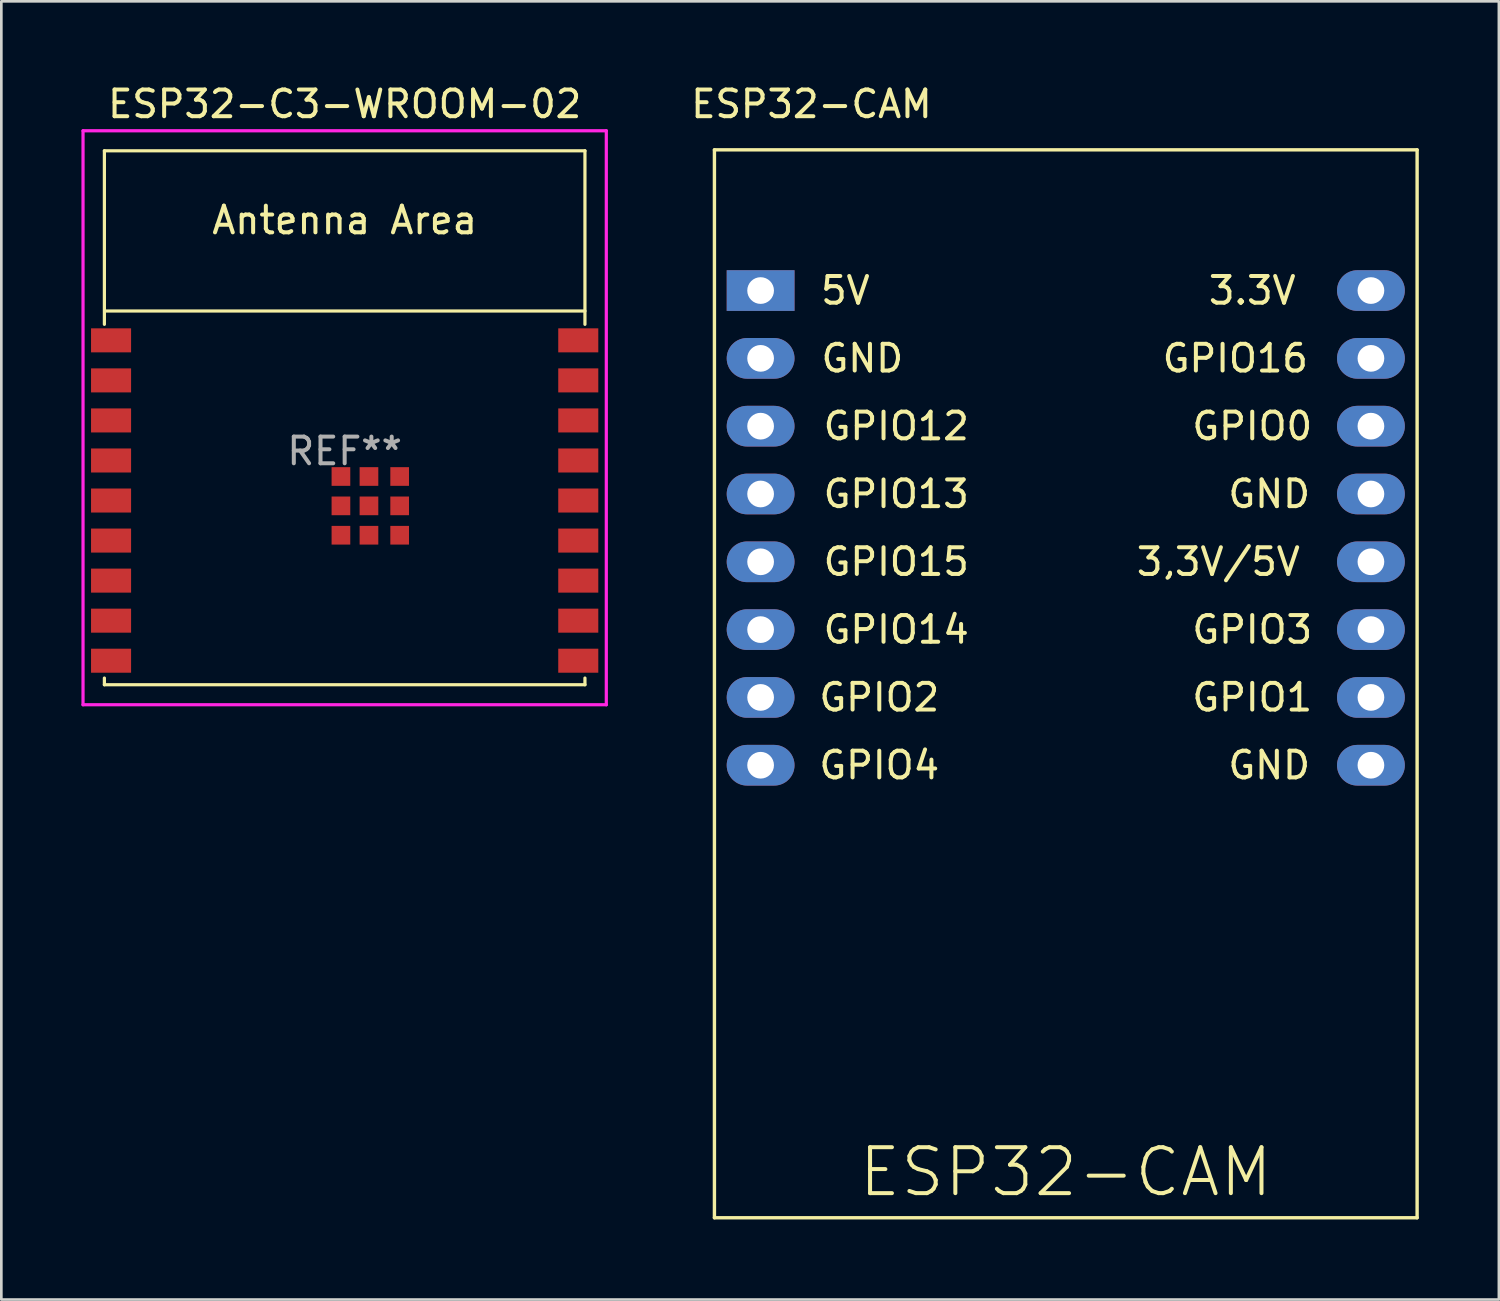
<source format=kicad_pcb>
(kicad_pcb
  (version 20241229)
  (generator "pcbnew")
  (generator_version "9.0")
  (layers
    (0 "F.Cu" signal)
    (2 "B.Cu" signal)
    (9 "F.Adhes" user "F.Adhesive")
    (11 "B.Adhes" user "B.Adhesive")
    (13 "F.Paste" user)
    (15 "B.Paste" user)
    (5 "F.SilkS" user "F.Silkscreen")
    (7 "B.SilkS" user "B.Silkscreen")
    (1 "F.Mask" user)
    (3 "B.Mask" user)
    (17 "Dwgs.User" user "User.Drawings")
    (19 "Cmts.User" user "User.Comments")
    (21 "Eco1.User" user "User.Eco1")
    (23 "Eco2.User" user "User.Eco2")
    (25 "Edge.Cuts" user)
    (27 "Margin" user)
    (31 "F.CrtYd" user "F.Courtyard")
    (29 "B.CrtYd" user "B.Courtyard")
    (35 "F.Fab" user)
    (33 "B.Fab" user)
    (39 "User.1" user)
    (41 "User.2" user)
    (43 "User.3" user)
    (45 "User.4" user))
  (footprint "ESP32-CAM"
    (layer "F.Cu")
    (at 25.44 7.833)
    (property "Reference" "ESP32-CAM" (at 1.905 -6.985 0) (layer "F.SilkS") (effects (font (size 1 1) (thickness 0.15))))
    (attr through_hole)
    (fp_line (start -1.73 -5.27) (end 24.59 -5.27) (stroke (width 0.127) (type solid)) (layer "F.SilkS"))
    (fp_line (start -1.73 34.73) (end -1.73 -5.27) (stroke (width 0.127) (type solid)) (layer "F.SilkS"))
    (fp_line (start 24.59 -5.27) (end 24.59 34.73) (stroke (width 0.127) (type solid)) (layer "F.SilkS"))
    (fp_line (start 24.59 34.73) (end -1.73 34.73) (stroke (width 0.127) (type solid)) (layer "F.SilkS"))
    (fp_text user "GPIO1" (at 18.415 15.24 0) (unlocked yes) (layer "F.SilkS") (effects (font (size 1 1) (thickness 0.15))))
    (fp_text user "3,3V/5V" (at 17.145 10.16 0) (unlocked yes) (layer "F.SilkS") (effects (font (size 1 1) (thickness 0.15))))
    (fp_text user "GPIO15" (at 5.08 10.16 0) (unlocked yes) (layer "F.SilkS") (effects (font (size 1 1) (thickness 0.15))))
    (fp_text user "GPIO16" (at 17.78 2.54 0) (unlocked yes) (layer "F.SilkS") (effects (font (size 1 1) (thickness 0.15))))
    (fp_text user "5V" (at 3.175 0 0) (unlocked yes) (layer "F.SilkS") (effects (font (size 1 1) (thickness 0.15))))
    (fp_text user "GPIO12" (at 5.08 5.08 0) (unlocked yes) (layer "F.SilkS") (effects (font (size 1 1) (thickness 0.15))))
    (fp_text user "GND" (at 19.05 17.78 0) (unlocked yes) (layer "F.SilkS") (effects (font (size 1 1) (thickness 0.15))))
    (fp_text user "3.3V" (at 18.415 0 0) (unlocked yes) (layer "F.SilkS") (effects (font (size 1 1) (thickness 0.15))))
    (fp_text user "GPIO3" (at 18.415 12.7 0) (unlocked yes) (layer "F.SilkS") (effects (font (size 1 1) (thickness 0.15))))
    (fp_text user "GND" (at 19.05 7.62 0) (unlocked yes) (layer "F.SilkS") (effects (font (size 1 1) (thickness 0.15))))
    (fp_text user "GND" (at 3.81 2.54 0) (unlocked yes) (layer "F.SilkS") (effects (font (size 1 1) (thickness 0.15))))
    (fp_text user "ESP32-CAM" (at 11.43 33.02 0) (layer "F.SilkS") (effects (font (size 1.72 1.72) (thickness 0.15))))
    (fp_text user "GPIO4" (at 4.445 17.78 0) (unlocked yes) (layer "F.SilkS") (effects (font (size 1 1) (thickness 0.15))))
    (fp_text user "GPIO14" (at 5.08 12.7 0) (unlocked yes) (layer "F.SilkS") (effects (font (size 1 1) (thickness 0.15))))
    (fp_text user "GPIO2" (at 4.445 15.24 0) (unlocked yes) (layer "F.SilkS") (effects (font (size 1 1) (thickness 0.15))))
    (fp_text user "GPIO13" (at 5.08 7.62 0) (unlocked yes) (layer "F.SilkS") (effects (font (size 1 1) (thickness 0.15))))
    (fp_text user "GPIO0" (at 18.415 5.08 0) (unlocked yes) (layer "F.SilkS") (effects (font (size 1 1) (thickness 0.15))))
    (pad "1" thru_hole rect (at 0 0) (size 2.54 1.524) (drill 1) (layers "*.Cu" "*.Mask"))
    (pad "2" thru_hole oval (at 0 2.54) (size 2.54 1.524) (drill 1) (layers "*.Cu" "*.Mask"))
    (pad "3" thru_hole oval (at 0 5.08) (size 2.54 1.524) (drill 1) (layers "*.Cu" "*.Mask"))
    (pad "4" thru_hole oval (at 0 7.62) (size 2.54 1.524) (drill 1) (layers "*.Cu" "*.Mask"))
    (pad "5" thru_hole oval (at 0 10.16) (size 2.54 1.524) (drill 1) (layers "*.Cu" "*.Mask"))
    (pad "6" thru_hole oval (at 0 12.7) (size 2.54 1.524) (drill 1) (layers "*.Cu" "*.Mask"))
    (pad "7" thru_hole oval (at 0 15.24) (size 2.54 1.524) (drill 1) (layers "*.Cu" "*.Mask"))
    (pad "8" thru_hole oval (at 0 17.78) (size 2.54 1.524) (drill 1) (layers "*.Cu" "*.Mask"))
    (pad "9" thru_hole oval (at 22.86 17.78) (size 2.54 1.524) (drill 1) (layers "*.Cu" "*.Mask"))
    (pad "10" thru_hole oval (at 22.86 15.24) (size 2.54 1.524) (drill 1) (layers "*.Cu" "*.Mask"))
    (pad "11" thru_hole oval (at 22.86 12.7) (size 2.54 1.524) (drill 1) (layers "*.Cu" "*.Mask"))
    (pad "12" thru_hole oval (at 22.86 10.16) (size 2.54 1.524) (drill 1) (layers "*.Cu" "*.Mask"))
    (pad "13" thru_hole oval (at 22.86 7.62) (size 2.54 1.524) (drill 1) (layers "*.Cu" "*.Mask"))
    (pad "14" thru_hole oval (at 22.86 5.08) (size 2.54 1.524) (drill 1) (layers "*.Cu" "*.Mask"))
    (pad "15" thru_hole oval (at 22.86 2.54) (size 2.54 1.524) (drill 1) (layers "*.Cu" "*.Mask"))
    (pad "16" thru_hole oval (at 22.86 0) (size 2.54 1.524) (drill 1) (layers "*.Cu" "*.Mask")))
  (footprint "ESP32-C3-WROOM-02"
    (layer "F.Cu")
    (at 9.86 13.848)
    (property "Reference" "ESP32-C3-WROOM-02" (at 0 -13 0) (layer "F.SilkS") (effects (font (size 1 1) (thickness 0.15))))
    (attr smd)
    (fp_line (start -9 -11.25) (end -9 -4.75) (stroke (width 0.12) (type solid)) (layer "F.SilkS"))
    (fp_line (start -9 -11.25) (end 9 -11.25) (stroke (width 0.12) (type solid)) (layer "F.SilkS"))
    (fp_line (start -9 8.75) (end -9 8.5) (stroke (width 0.12) (type solid)) (layer "F.SilkS"))
    (fp_line (start 9 -11.25) (end 9 -4.75) (stroke (width 0.12) (type solid)) (layer "F.SilkS"))
    (fp_line (start 9 -5.25) (end -8.95 -5.25) (stroke (width 0.12) (type solid)) (layer "F.SilkS"))
    (fp_line (start 9 8.5) (end 9 8.75) (stroke (width 0.12) (type solid)) (layer "F.SilkS"))
    (fp_line (start 9 8.75) (end -9 8.75) (stroke (width 0.12) (type solid)) (layer "F.SilkS"))
    (fp_line (start -9 -11.25) (end 9 -11.25) (stroke (width 0.12) (type solid)) (layer "Eco2.User"))
    (fp_line (start -9 -5.25) (end 9 -5.25) (stroke (width 0.12) (type solid)) (layer "Eco2.User"))
    (fp_line (start -9 8.75) (end -9 -11.25) (stroke (width 0.12) (type solid)) (layer "Eco2.User"))
    (fp_line (start 9 -11.25) (end 9 8.75) (stroke (width 0.12) (type solid)) (layer "Eco2.User"))
    (fp_line (start 9 8.75) (end -9 8.75) (stroke (width 0.12) (type solid)) (layer "Eco2.User"))
    (fp_line (start -9.8 -12) (end -9.8 9.5) (stroke (width 0.12) (type solid)) (layer "F.CrtYd"))
    (fp_line (start 9.8 -12) (end -9.8 -12) (stroke (width 0.12) (type solid)) (layer "F.CrtYd"))
    (fp_line (start 9.8 9.5) (end -9.8 9.5) (stroke (width 0.12) (type solid)) (layer "F.CrtYd"))
    (fp_line (start 9.8 9.5) (end 9.8 -12) (stroke (width 0.12) (type solid)) (layer "F.CrtYd"))
    (fp_text user "Antenna Area" (at 0 -8.65 0) (layer "F.SilkS") (effects (font (size 1 1) (thickness 0.15))))
    (fp_text user "Antenna Area" (at 0 -8.65 0) (layer "Eco2.User") (effects (font (size 1 1) (thickness 0.15))))
    (fp_text user "REF**" (at 0 0 0) (layer "F.Fab") (effects (font (size 1 1) (thickness 0.15))))
    (pad "1" smd rect (at -8.75 -4.15) (size 1.5 0.9) (layers "F.Cu" "F.Mask" "F.Paste"))
    (pad "2" smd rect (at -8.75 -2.65) (size 1.5 0.9) (layers "F.Cu" "F.Mask" "F.Paste"))
    (pad "3" smd rect (at -8.75 -1.15) (size 1.5 0.9) (layers "F.Cu" "F.Mask" "F.Paste"))
    (pad "4" smd rect (at -8.75 0.35) (size 1.5 0.9) (layers "F.Cu" "F.Mask" "F.Paste"))
    (pad "5" smd rect (at -8.75 1.85) (size 1.5 0.9) (layers "F.Cu" "F.Mask" "F.Paste"))
    (pad "6" smd rect (at -8.75 3.35) (size 1.5 0.9) (layers "F.Cu" "F.Mask" "F.Paste"))
    (pad "7" smd rect (at -8.75 4.85) (size 1.5 0.9) (layers "F.Cu" "F.Mask" "F.Paste"))
    (pad "8" smd rect (at -8.75 6.35) (size 1.5 0.9) (layers "F.Cu" "F.Mask" "F.Paste"))
    (pad "9" smd rect (at -8.75 7.85) (size 1.5 0.9) (layers "F.Cu" "F.Mask" "F.Paste"))
    (pad "10" smd rect (at 8.75 7.85 180) (size 1.5 0.9) (layers "F.Cu" "F.Mask" "F.Paste"))
    (pad "11" smd rect (at 8.75 6.35 180) (size 1.5 0.9) (layers "F.Cu" "F.Mask" "F.Paste"))
    (pad "12" smd rect (at 8.75 4.85 180) (size 1.5 0.9) (layers "F.Cu" "F.Mask" "F.Paste"))
    (pad "13" smd rect (at 8.75 3.35 180) (size 1.5 0.9) (layers "F.Cu" "F.Mask" "F.Paste"))
    (pad "14" smd rect (at 8.75 1.85 180) (size 1.5 0.9) (layers "F.Cu" "F.Mask" "F.Paste"))
    (pad "15" smd rect (at 8.75 0.35 180) (size 1.5 0.9) (layers "F.Cu" "F.Mask" "F.Paste"))
    (pad "16" smd rect (at 8.75 -1.15 180) (size 1.5 0.9) (layers "F.Cu" "F.Mask" "F.Paste"))
    (pad "17" smd rect (at 8.75 -2.65 180) (size 1.5 0.9) (layers "F.Cu" "F.Mask" "F.Paste"))
    (pad "18" smd rect (at 8.75 -4.15 180) (size 1.5 0.9) (layers "F.Cu" "F.Mask" "F.Paste"))
    (pad "19" smd rect (at -0.14 0.95 180) (size 0.7 0.7) (layers "F.Cu" "F.Mask" "F.Paste"))
    (pad "19" smd rect (at -0.14 2.05 180) (size 0.7 0.7) (layers "F.Cu" "F.Mask" "F.Paste"))
    (pad "19" smd rect (at -0.14 3.15 180) (size 0.7 0.7) (layers "F.Cu" "F.Mask" "F.Paste"))
    (pad "19" smd rect (at 0.91 0.95 180) (size 0.7 0.7) (layers "F.Cu" "F.Mask" "F.Paste"))
    (pad "19" smd rect (at 0.91 2.05 180) (size 0.7 0.7) (layers "F.Cu" "F.Mask" "F.Paste"))
    (pad "19" smd rect (at 0.91 3.15 180) (size 0.7 0.7) (layers "F.Cu" "F.Mask" "F.Paste"))
    (pad "19" smd rect (at 2.06 0.95 180) (size 0.7 0.7) (layers "F.Cu" "F.Mask" "F.Paste"))
    (pad "19" smd rect (at 2.06 2.05 180) (size 0.7 0.7) (layers "F.Cu" "F.Mask" "F.Paste"))
    (pad "19" smd rect (at 2.06 3.15 180) (size 0.7 0.7) (layers "F.Cu" "F.Mask" "F.Paste")))
  (gr_rect
    (start -3 -3)
    (end 53.093 45.627)
    (stroke (width 0.1) (type default))
    (fill no)
    (layer "Edge.Cuts")))
</source>
